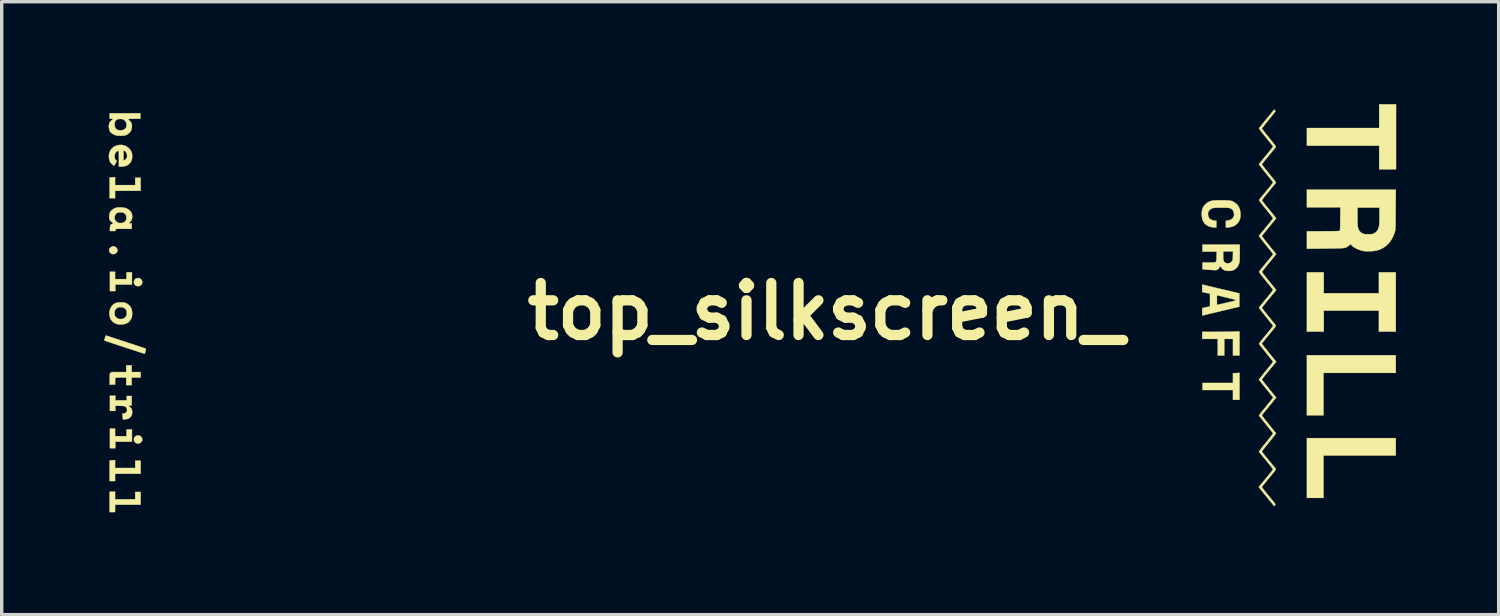
<source format=kicad_pcb>
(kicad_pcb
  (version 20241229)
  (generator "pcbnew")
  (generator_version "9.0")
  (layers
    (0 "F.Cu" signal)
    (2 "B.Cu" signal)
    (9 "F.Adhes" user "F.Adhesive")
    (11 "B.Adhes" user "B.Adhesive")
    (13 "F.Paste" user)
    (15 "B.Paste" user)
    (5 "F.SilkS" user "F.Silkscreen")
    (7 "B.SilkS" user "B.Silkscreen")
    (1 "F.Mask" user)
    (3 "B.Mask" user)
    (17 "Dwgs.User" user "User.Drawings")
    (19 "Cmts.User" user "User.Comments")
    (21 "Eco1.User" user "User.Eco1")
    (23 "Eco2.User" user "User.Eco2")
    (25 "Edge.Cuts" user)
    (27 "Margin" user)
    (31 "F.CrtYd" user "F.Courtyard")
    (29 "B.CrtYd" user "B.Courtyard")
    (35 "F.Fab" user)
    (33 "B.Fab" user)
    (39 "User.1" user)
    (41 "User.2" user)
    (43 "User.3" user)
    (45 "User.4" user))
  (footprint "top_silkscreen_"
    (layer "F.Cu")
    (at 21.128 6.069)
    (property "Reference" "top_silkscreen_" (at 0 0 0) (layer "F.SilkS") (effects (font (size 1.524 1.524) (thickness 0.3))))
    (attr through_hole)
    (fp_poly (pts (xy 16.687 1.798) (xy 14.57 1.798) (xy 14.57 3.04) (xy 14.085 3.04) (xy 14.085 1.281) (xy 16.687 1.281) (xy 16.687 1.798)) (stroke (width 0.01) (type solid)) (fill yes) (layer "F.SilkS"))
    (fp_poly (pts (xy 16.687 4.217) (xy 14.57 4.217) (xy 14.57 5.459) (xy 14.085 5.459) (xy 14.085 3.708) (xy 16.687 3.708) (xy 16.687 4.217)) (stroke (width 0.01) (type solid)) (fill yes) (layer "F.SilkS"))
    (fp_poly (pts (xy 16.695 -4.162) (xy 16.201 -4.162) (xy 16.201 -4.854) (xy 14.085 -4.854) (xy 14.085 -5.371) (xy 16.201 -5.371) (xy 16.201 -6.064) (xy 16.695 -6.064) (xy 16.695 -4.162)) (stroke (width 0.01) (type solid)) (fill yes) (layer "F.SilkS"))
    (fp_poly (pts (xy -20.809 -0.947) (xy -20.474 -0.947) (xy -20.474 -1.146) (xy -20.315 -1.146) (xy -20.315 -0.788) (xy -20.801 -0.788) (xy -20.801 -0.597) (xy -20.96 -0.597) (xy -20.96 -1.162) (xy -20.809 -1.162) (xy -20.809 -0.947)) (stroke (width 0.01) (type solid)) (fill yes) (layer "F.SilkS"))
    (fp_poly (pts (xy -20.809 3.652) (xy -20.474 3.652) (xy -20.474 3.454) (xy -20.315 3.454) (xy -20.315 3.812) (xy -20.801 3.812) (xy -20.801 4.003) (xy -20.96 4.003) (xy -20.96 3.43) (xy -20.809 3.43) (xy -20.809 3.652)) (stroke (width 0.01) (type solid)) (fill yes) (layer "F.SilkS"))
    (fp_poly (pts (xy -20.809 5.499) (xy -20.22 5.499) (xy -20.22 5.284) (xy -20.061 5.284) (xy -20.061 5.658) (xy -20.809 5.658) (xy -20.809 5.873) (xy -20.968 5.873) (xy -20.968 5.276) (xy -20.809 5.276) (xy -20.809 5.499)) (stroke (width 0.01) (type solid)) (fill yes) (layer "F.SilkS"))
    (fp_poly (pts (xy 12.111 2.586) (xy 11.92 2.586) (xy 11.92 2.3) (xy 11.029 2.3) (xy 11.029 2.093) (xy 11.92 2.093) (xy 11.92 1.806) (xy 11.962 1.806) (xy 11.993 1.805) (xy 12.031 1.803) (xy 12.057 1.801) (xy 12.111 1.796) (xy 12.111 2.586)) (stroke (width 0.01) (type solid)) (fill yes) (layer "F.SilkS"))
    (fp_poly (pts (xy 14.578 -0.533) (xy 16.193 -0.533) (xy 16.193 -1.146) (xy 16.687 -1.146) (xy 16.687 0.589) (xy 16.193 0.589) (xy 16.193 -0.024) (xy 14.578 -0.024) (xy 14.578 0.589) (xy 14.085 0.589) (xy 14.085 -1.146) (xy 14.578 -1.146) (xy 14.578 -0.533)) (stroke (width 0.01) (type solid)) (fill yes) (layer "F.SilkS"))
    (fp_poly (pts (xy -20.809 -3.7) (xy -20.22 -3.7) (xy -20.22 -3.915) (xy -20.061 -3.915) (xy -20.061 -3.533) (xy -20.809 -3.533) (xy -20.809 -3.318) (xy -20.968 -3.318) (xy -20.968 -3.921) (xy -20.914 -3.926) (xy -20.882 -3.928) (xy -20.852 -3.93) (xy -20.834 -3.931) (xy -20.809 -3.931) (xy -20.809 -3.7)) (stroke (width 0.01) (type solid)) (fill yes) (layer "F.SilkS"))
    (fp_poly (pts (xy -20.809 4.583) (xy -20.22 4.583) (xy -20.22 4.369) (xy -20.061 4.369) (xy -20.061 4.751) (xy -20.809 4.751) (xy -20.809 4.965) (xy -20.968 4.965) (xy -20.968 4.361) (xy -20.942 4.361) (xy -20.92 4.36) (xy -20.89 4.358) (xy -20.862 4.355) (xy -20.809 4.35) (xy -20.809 4.583)) (stroke (width 0.01) (type solid)) (fill yes) (layer "F.SilkS"))
    (fp_poly (pts (xy 12.111 1.289) (xy 11.92 1.289) (xy 11.92 0.804) (xy 11.666 0.804) (xy 11.666 1.289) (xy 11.475 1.289) (xy 11.475 0.804) (xy 11.021 0.804) (xy 11.021 0.597) (xy 11.266 0.597) (xy 11.336 0.597) (xy 11.418 0.596) (xy 11.507 0.595) (xy 11.599 0.595) (xy 11.69 0.593) (xy 11.776 0.592) (xy 11.811 0.592) (xy 12.111 0.586) (xy 12.111 1.289)) (stroke (width 0.01) (type solid)) (fill yes) (layer "F.SilkS"))
    (fp_poly (pts (xy -20.323 1.774) (xy -20.061 1.774) (xy -20.061 1.934) (xy -20.323 1.934) (xy -20.323 2.156) (xy -20.482 2.156) (xy -20.482 1.933) (xy -20.643 1.935) (xy -20.805 1.938) (xy -20.807 2.039) (xy -20.809 2.141) (xy -20.969 2.141) (xy -20.966 1.981) (xy -20.964 1.821) (xy -20.938 1.798) (xy -20.912 1.774) (xy -20.482 1.774) (xy -20.482 1.576) (xy -20.323 1.576) (xy -20.323 1.774)) (stroke (width 0.01) (type solid)) (fill yes) (layer "F.SilkS"))
    (fp_poly (pts (xy -20.834 -1.906) (xy -20.797 -1.889) (xy -20.764 -1.857) (xy -20.763 -1.855) (xy -20.742 -1.819) (xy -20.737 -1.783) (xy -20.748 -1.747) (xy -20.753 -1.738) (xy -20.781 -1.707) (xy -20.816 -1.687) (xy -20.856 -1.678) (xy -20.896 -1.682) (xy -20.925 -1.694) (xy -20.956 -1.722) (xy -20.976 -1.758) (xy -20.984 -1.798) (xy -20.982 -1.82) (xy -20.975 -1.837) (xy -20.96 -1.855) (xy -20.95 -1.866) (xy -20.912 -1.895) (xy -20.873 -1.908) (xy -20.834 -1.906)) (stroke (width 0.01) (type solid)) (fill yes) (layer "F.SilkS"))
    (fp_poly (pts (xy -20.097 -0.974) (xy -20.065 -0.957) (xy -20.035 -0.926) (xy -20.033 -0.923) (xy -20.016 -0.888) (xy -20.012 -0.852) (xy -20.021 -0.816) (xy -20.04 -0.784) (xy -20.069 -0.76) (xy -20.105 -0.744) (xy -20.136 -0.74) (xy -20.179 -0.746) (xy -20.202 -0.757) (xy -20.234 -0.785) (xy -20.253 -0.819) (xy -20.26 -0.855) (xy -20.255 -0.891) (xy -20.241 -0.924) (xy -20.216 -0.952) (xy -20.183 -0.971) (xy -20.141 -0.979) (xy -20.136 -0.979) (xy -20.097 -0.974)) (stroke (width 0.01) (type solid)) (fill yes) (layer "F.SilkS"))
    (fp_poly (pts (xy -20.093 3.635) (xy -20.057 3.655) (xy -20.03 3.685) (xy -20.015 3.724) (xy -20.013 3.75) (xy -20.015 3.775) (xy -20.022 3.795) (xy -20.038 3.816) (xy -20.041 3.819) (xy -20.076 3.848) (xy -20.115 3.864) (xy -20.156 3.866) (xy -20.194 3.853) (xy -20.228 3.827) (xy -20.249 3.796) (xy -20.259 3.76) (xy -20.257 3.724) (xy -20.245 3.691) (xy -20.223 3.662) (xy -20.193 3.64) (xy -20.154 3.629) (xy -20.138 3.629) (xy -20.093 3.635)) (stroke (width 0.01) (type solid)) (fill yes) (layer "F.SilkS"))
    (fp_poly (pts (xy -20.801 2.602) (xy -20.466 2.602) (xy -20.466 2.475) (xy -20.323 2.475) (xy -20.323 2.753) (xy -20.367 2.753) (xy -20.396 2.756) (xy -20.41 2.762) (xy -20.41 2.772) (xy -20.394 2.785) (xy -20.389 2.788) (xy -20.351 2.816) (xy -20.325 2.855) (xy -20.31 2.904) (xy -20.307 2.945) (xy -20.311 2.997) (xy -20.322 3.038) (xy -20.344 3.075) (xy -20.363 3.097) (xy -20.388 3.119) (xy -20.414 3.135) (xy -20.445 3.146) (xy -20.486 3.153) (xy -20.519 3.157) (xy -20.576 3.161) (xy -20.58 3.134) (xy -20.584 3.113) (xy -20.587 3.082) (xy -20.59 3.05) (xy -20.596 2.992) (xy -20.573 2.992) (xy -20.541 2.986) (xy -20.51 2.973) (xy -20.484 2.953) (xy -20.471 2.937) (xy -20.46 2.901) (xy -20.46 2.861) (xy -20.471 2.825) (xy -20.477 2.816) (xy -20.492 2.797) (xy -20.512 2.783) (xy -20.538 2.773) (xy -20.573 2.767) (xy -20.619 2.763) (xy -20.678 2.762) (xy -20.683 2.762) (xy -20.801 2.761) (xy -20.801 2.912) (xy -20.96 2.912) (xy -20.96 2.467) (xy -20.801 2.467) (xy -20.801 2.602)) (stroke (width 0.01) (type solid)) (fill yes) (layer "F.SilkS"))
    (fp_poly (pts (xy -21.065 0.707) (xy -21.042 0.714) (xy -21.006 0.726) (xy -20.959 0.741) (xy -20.902 0.76) (xy -20.835 0.782) (xy -20.76 0.807) (xy -20.679 0.834) (xy -20.592 0.862) (xy -20.5 0.892) (xy -20.489 0.896) (xy -20.397 0.926) (xy -20.309 0.955) (xy -20.227 0.982) (xy -20.152 1.007) (xy -20.084 1.029) (xy -20.026 1.049) (xy -19.978 1.065) (xy -19.941 1.078) (xy -19.917 1.086) (xy -19.907 1.09) (xy -19.907 1.09) (xy -19.906 1.099) (xy -19.91 1.119) (xy -19.916 1.146) (xy -19.923 1.176) (xy -19.93 1.203) (xy -19.937 1.225) (xy -19.943 1.237) (xy -19.943 1.238) (xy -19.951 1.236) (xy -19.972 1.229) (xy -20.007 1.218) (xy -20.053 1.203) (xy -20.11 1.185) (xy -20.176 1.163) (xy -20.25 1.139) (xy -20.331 1.113) (xy -20.418 1.084) (xy -20.51 1.054) (xy -20.532 1.047) (xy -20.625 1.016) (xy -20.714 0.987) (xy -20.796 0.96) (xy -20.872 0.934) (xy -20.941 0.912) (xy -21 0.892) (xy -21.049 0.876) (xy -21.086 0.863) (xy -21.111 0.855) (xy -21.122 0.85) (xy -21.123 0.85) (xy -21.123 0.841) (xy -21.119 0.821) (xy -21.111 0.795) (xy -21.102 0.766) (xy -21.092 0.739) (xy -21.083 0.717) (xy -21.076 0.705) (xy -21.074 0.704) (xy -21.065 0.707)) (stroke (width 0.01) (type solid)) (fill yes) (layer "F.SilkS"))
    (fp_poly (pts (xy 11.043 -0.783) (xy 11.054 -0.78) (xy 11.08 -0.774) (xy 11.118 -0.765) (xy 11.168 -0.753) (xy 11.228 -0.738) (xy 11.296 -0.722) (xy 11.373 -0.704) (xy 11.455 -0.684) (xy 11.542 -0.663) (xy 11.586 -0.653) (xy 12.107 -0.529) (xy 12.107 -0.14) (xy 11.586 -0.016) (xy 11.497 0.006) (xy 11.412 0.026) (xy 11.333 0.045) (xy 11.26 0.062) (xy 11.196 0.077) (xy 11.141 0.091) (xy 11.097 0.101) (xy 11.065 0.109) (xy 11.047 0.113) (xy 11.043 0.114) (xy 11.021 0.12) (xy 11.021 -0.1) (xy 11.248 -0.148) (xy 11.248 -0.191) (xy 11.451 -0.191) (xy 11.473 -0.196) (xy 11.486 -0.199) (xy 11.512 -0.206) (xy 11.55 -0.214) (xy 11.597 -0.225) (xy 11.652 -0.238) (xy 11.711 -0.251) (xy 11.745 -0.259) (xy 11.818 -0.276) (xy 11.876 -0.289) (xy 11.922 -0.301) (xy 11.955 -0.31) (xy 11.978 -0.317) (xy 11.992 -0.323) (xy 11.998 -0.328) (xy 11.998 -0.329) (xy 11.994 -0.339) (xy 11.976 -0.348) (xy 11.97 -0.349) (xy 11.955 -0.353) (xy 11.927 -0.36) (xy 11.888 -0.37) (xy 11.841 -0.382) (xy 11.789 -0.394) (xy 11.734 -0.408) (xy 11.678 -0.421) (xy 11.625 -0.434) (xy 11.576 -0.446) (xy 11.535 -0.456) (xy 11.503 -0.464) (xy 11.496 -0.465) (xy 11.451 -0.476) (xy 11.451 -0.191) (xy 11.248 -0.191) (xy 11.248 -0.521) (xy 11.134 -0.545) (xy 11.021 -0.568) (xy 11.021 -0.788) (xy 11.043 -0.783)) (stroke (width 0.01) (type solid)) (fill yes) (layer "F.SilkS"))
    (fp_poly (pts (xy -20.613 -4.876) (xy -20.545 -4.863) (xy -20.481 -4.836) (xy -20.423 -4.796) (xy -20.374 -4.747) (xy -20.337 -4.688) (xy -20.337 -4.687) (xy -20.324 -4.658) (xy -20.316 -4.631) (xy -20.311 -4.6) (xy -20.309 -4.563) (xy -20.309 -4.501) (xy -20.318 -4.45) (xy -20.335 -4.403) (xy -20.362 -4.359) (xy -20.404 -4.313) (xy -20.456 -4.278) (xy -20.517 -4.255) (xy -20.589 -4.243) (xy -20.636 -4.241) (xy -20.697 -4.241) (xy -20.697 -4.417) (xy -20.562 -4.417) (xy -20.539 -4.425) (xy -20.521 -4.436) (xy -20.5 -4.455) (xy -20.487 -4.47) (xy -20.471 -4.492) (xy -20.462 -4.511) (xy -20.459 -4.533) (xy -20.458 -4.557) (xy -20.465 -4.611) (xy -20.484 -4.656) (xy -20.514 -4.691) (xy -20.54 -4.708) (xy -20.562 -4.719) (xy -20.562 -4.417) (xy -20.697 -4.417) (xy -20.697 -4.476) (xy -20.697 -4.535) (xy -20.698 -4.589) (xy -20.698 -4.635) (xy -20.699 -4.672) (xy -20.699 -4.698) (xy -20.7 -4.71) (xy -20.7 -4.711) (xy -20.716 -4.706) (xy -20.738 -4.695) (xy -20.761 -4.68) (xy -20.778 -4.666) (xy -20.805 -4.629) (xy -20.82 -4.589) (xy -20.824 -4.544) (xy -20.82 -4.494) (xy -20.806 -4.455) (xy -20.784 -4.43) (xy -20.781 -4.428) (xy -20.767 -4.416) (xy -20.761 -4.405) (xy -20.765 -4.395) (xy -20.775 -4.374) (xy -20.79 -4.347) (xy -20.799 -4.331) (xy -20.837 -4.265) (xy -20.857 -4.278) (xy -20.873 -4.291) (xy -20.895 -4.31) (xy -20.914 -4.328) (xy -20.935 -4.35) (xy -20.95 -4.371) (xy -20.962 -4.397) (xy -20.973 -4.43) (xy -20.989 -4.504) (xy -20.99 -4.576) (xy -20.977 -4.643) (xy -20.952 -4.704) (xy -20.916 -4.758) (xy -20.868 -4.803) (xy -20.812 -4.839) (xy -20.747 -4.864) (xy -20.675 -4.876) (xy -20.613 -4.876)) (stroke (width 0.01) (type solid)) (fill yes) (layer "F.SilkS"))
    (fp_poly (pts (xy -20.588 -0.265) (xy -20.541 -0.26) (xy -20.503 -0.25) (xy -20.468 -0.234) (xy -20.432 -0.211) (xy -20.426 -0.206) (xy -20.378 -0.163) (xy -20.344 -0.113) (xy -20.321 -0.055) (xy -20.31 0.012) (xy -20.309 0.082) (xy -20.312 0.121) (xy -20.316 0.15) (xy -20.322 0.174) (xy -20.333 0.199) (xy -20.339 0.21) (xy -20.368 0.262) (xy -20.4 0.301) (xy -20.438 0.331) (xy -20.484 0.354) (xy -20.53 0.369) (xy -20.568 0.377) (xy -20.615 0.381) (xy -20.666 0.381) (xy -20.713 0.377) (xy -20.745 0.371) (xy -20.802 0.351) (xy -20.851 0.321) (xy -20.879 0.298) (xy -20.922 0.249) (xy -20.953 0.191) (xy -20.97 0.124) (xy -20.975 0.048) (xy -20.824 0.048) (xy -20.824 0.081) (xy -20.82 0.105) (xy -20.813 0.124) (xy -20.802 0.144) (xy -20.77 0.18) (xy -20.729 0.206) (xy -20.682 0.221) (xy -20.632 0.223) (xy -20.582 0.214) (xy -20.548 0.199) (xy -20.51 0.171) (xy -20.484 0.137) (xy -20.47 0.096) (xy -20.466 0.049) (xy -20.47 -0.003) (xy -20.483 -0.043) (xy -20.506 -0.074) (xy -20.542 -0.101) (xy -20.56 -0.11) (xy -20.587 -0.121) (xy -20.619 -0.126) (xy -20.651 -0.127) (xy -20.684 -0.127) (xy -20.706 -0.123) (xy -20.726 -0.115) (xy -20.749 -0.101) (xy -20.785 -0.073) (xy -20.808 -0.041) (xy -20.821 -0.001) (xy -20.824 0.048) (xy -20.975 0.048) (xy -20.975 0.048) (xy -20.974 0.022) (xy -20.969 -0.017) (xy -20.962 -0.049) (xy -20.949 -0.083) (xy -20.94 -0.101) (xy -20.91 -0.153) (xy -20.878 -0.192) (xy -20.839 -0.222) (xy -20.796 -0.243) (xy -20.771 -0.253) (xy -20.749 -0.26) (xy -20.725 -0.264) (xy -20.697 -0.265) (xy -20.657 -0.266) (xy -20.645 -0.266) (xy -20.588 -0.265)) (stroke (width 0.01) (type solid)) (fill yes) (layer "F.SilkS"))
    (fp_poly (pts (xy -20.069 -5.642) (xy -20.244 -5.642) (xy -20.305 -5.642) (xy -20.352 -5.641) (xy -20.385 -5.639) (xy -20.406 -5.636) (xy -20.416 -5.63) (xy -20.416 -5.621) (xy -20.408 -5.609) (xy -20.392 -5.592) (xy -20.376 -5.576) (xy -20.348 -5.546) (xy -20.33 -5.516) (xy -20.319 -5.482) (xy -20.316 -5.44) (xy -20.317 -5.397) (xy -20.328 -5.333) (xy -20.351 -5.278) (xy -20.386 -5.232) (xy -20.436 -5.193) (xy -20.475 -5.173) (xy -20.502 -5.161) (xy -20.526 -5.153) (xy -20.552 -5.148) (xy -20.584 -5.146) (xy -20.615 -5.144) (xy -20.661 -5.144) (xy -20.706 -5.146) (xy -20.745 -5.149) (xy -20.757 -5.151) (xy -20.802 -5.163) (xy -20.848 -5.183) (xy -20.892 -5.208) (xy -20.929 -5.235) (xy -20.948 -5.256) (xy -20.97 -5.295) (xy -20.984 -5.346) (xy -20.991 -5.406) (xy -20.992 -5.425) (xy -20.986 -5.481) (xy -20.985 -5.482) (xy -20.824 -5.482) (xy -20.823 -5.456) (xy -20.813 -5.403) (xy -20.792 -5.361) (xy -20.76 -5.329) (xy -20.717 -5.309) (xy -20.666 -5.301) (xy -20.607 -5.306) (xy -20.593 -5.308) (xy -20.552 -5.324) (xy -20.516 -5.349) (xy -20.49 -5.382) (xy -20.485 -5.393) (xy -20.477 -5.425) (xy -20.475 -5.465) (xy -20.478 -5.505) (xy -20.487 -5.537) (xy -20.508 -5.572) (xy -20.537 -5.603) (xy -20.569 -5.624) (xy -20.577 -5.627) (xy -20.609 -5.634) (xy -20.649 -5.636) (xy -20.69 -5.635) (xy -20.726 -5.63) (xy -20.738 -5.627) (xy -20.773 -5.607) (xy -20.799 -5.575) (xy -20.817 -5.533) (xy -20.824 -5.482) (xy -20.985 -5.482) (xy -20.97 -5.529) (xy -20.944 -5.567) (xy -20.913 -5.592) (xy -20.889 -5.609) (xy -20.88 -5.625) (xy -20.88 -5.626) (xy -20.882 -5.635) (xy -20.891 -5.64) (xy -20.909 -5.642) (xy -20.924 -5.642) (xy -20.968 -5.642) (xy -20.968 -5.801) (xy -20.069 -5.801) (xy -20.069 -5.642)) (stroke (width 0.01) (type solid)) (fill yes) (layer "F.SilkS"))
    (fp_poly (pts (xy 12.119 -1.716) (xy 12.119 -1.642) (xy 12.118 -1.581) (xy 12.117 -1.533) (xy 12.116 -1.495) (xy 12.113 -1.466) (xy 12.11 -1.444) (xy 12.107 -1.43) (xy 12.083 -1.36) (xy 12.05 -1.302) (xy 12.007 -1.256) (xy 11.955 -1.221) (xy 11.945 -1.216) (xy 11.919 -1.204) (xy 11.897 -1.196) (xy 11.873 -1.192) (xy 11.842 -1.189) (xy 11.809 -1.188) (xy 11.766 -1.187) (xy 11.735 -1.189) (xy 11.711 -1.193) (xy 11.69 -1.2) (xy 11.688 -1.2) (xy 11.644 -1.222) (xy 11.611 -1.247) (xy 11.583 -1.281) (xy 11.578 -1.289) (xy 11.56 -1.314) (xy 11.545 -1.327) (xy 11.534 -1.327) (xy 11.53 -1.313) (xy 11.53 -1.311) (xy 11.523 -1.282) (xy 11.503 -1.254) (xy 11.473 -1.231) (xy 11.462 -1.225) (xy 11.449 -1.219) (xy 11.437 -1.214) (xy 11.424 -1.212) (xy 11.406 -1.21) (xy 11.383 -1.21) (xy 11.35 -1.212) (xy 11.305 -1.214) (xy 11.268 -1.216) (xy 11.217 -1.22) (xy 11.168 -1.223) (xy 11.125 -1.226) (xy 11.092 -1.229) (xy 11.071 -1.231) (xy 11.029 -1.235) (xy 11.029 -1.432) (xy 11.199 -1.432) (xy 11.252 -1.433) (xy 11.3 -1.434) (xy 11.341 -1.435) (xy 11.372 -1.437) (xy 11.39 -1.44) (xy 11.392 -1.44) (xy 11.408 -1.447) (xy 11.42 -1.456) (xy 11.428 -1.47) (xy 11.434 -1.491) (xy 11.438 -1.521) (xy 11.44 -1.563) (xy 11.441 -1.617) (xy 11.444 -1.751) (xy 11.029 -1.751) (xy 11.029 -1.759) (xy 11.634 -1.759) (xy 11.634 -1.639) (xy 11.634 -1.582) (xy 11.637 -1.539) (xy 11.642 -1.506) (xy 11.649 -1.481) (xy 11.66 -1.46) (xy 11.672 -1.445) (xy 11.701 -1.424) (xy 11.739 -1.411) (xy 11.782 -1.41) (xy 11.824 -1.419) (xy 11.838 -1.425) (xy 11.871 -1.448) (xy 11.894 -1.479) (xy 11.903 -1.494) (xy 11.909 -1.508) (xy 11.913 -1.524) (xy 11.916 -1.546) (xy 11.917 -1.576) (xy 11.918 -1.618) (xy 11.919 -1.637) (xy 11.922 -1.759) (xy 11.634 -1.759) (xy 11.029 -1.759) (xy 11.029 -1.958) (xy 12.119 -1.958) (xy 12.119 -1.716)) (stroke (width 0.01) (type solid)) (fill yes) (layer "F.SilkS"))
    (fp_poly (pts (xy -20.612 -3.046) (xy -20.538 -3.037) (xy -20.476 -3.018) (xy -20.445 -3.003) (xy -20.391 -2.965) (xy -20.352 -2.927) (xy -20.326 -2.883) (xy -20.311 -2.834) (xy -20.307 -2.782) (xy -20.31 -2.735) (xy -20.317 -2.699) (xy -20.322 -2.685) (xy -20.335 -2.663) (xy -20.352 -2.64) (xy -20.371 -2.619) (xy -20.387 -2.606) (xy -20.395 -2.602) (xy -20.402 -2.596) (xy -20.403 -2.59) (xy -20.398 -2.583) (xy -20.384 -2.579) (xy -20.363 -2.578) (xy -20.323 -2.578) (xy -20.323 -2.419) (xy -20.552 -2.419) (xy -20.622 -2.419) (xy -20.677 -2.419) (xy -20.719 -2.418) (xy -20.751 -2.416) (xy -20.773 -2.413) (xy -20.787 -2.409) (xy -20.795 -2.403) (xy -20.799 -2.395) (xy -20.801 -2.385) (xy -20.801 -2.378) (xy -20.801 -2.355) (xy -20.96 -2.355) (xy -20.96 -2.423) (xy -20.958 -2.464) (xy -20.954 -2.498) (xy -20.948 -2.518) (xy -20.932 -2.542) (xy -20.908 -2.56) (xy -20.882 -2.57) (xy -20.877 -2.57) (xy -20.865 -2.574) (xy -20.866 -2.584) (xy -20.879 -2.598) (xy -20.903 -2.616) (xy -20.904 -2.617) (xy -20.932 -2.637) (xy -20.951 -2.659) (xy -20.965 -2.687) (xy -20.976 -2.712) (xy -20.98 -2.726) (xy -20.823 -2.726) (xy -20.809 -2.678) (xy -20.807 -2.674) (xy -20.778 -2.635) (xy -20.74 -2.608) (xy -20.694 -2.591) (xy -20.642 -2.587) (xy -20.59 -2.595) (xy -20.542 -2.614) (xy -20.507 -2.643) (xy -20.485 -2.682) (xy -20.475 -2.731) (xy -20.474 -2.748) (xy -20.481 -2.797) (xy -20.499 -2.838) (xy -20.531 -2.87) (xy -20.554 -2.883) (xy -20.578 -2.895) (xy -20.598 -2.901) (xy -20.621 -2.903) (xy -20.652 -2.903) (xy -20.662 -2.903) (xy -20.711 -2.897) (xy -20.749 -2.885) (xy -20.777 -2.865) (xy -20.799 -2.835) (xy -20.805 -2.824) (xy -20.822 -2.775) (xy -20.823 -2.726) (xy -20.98 -2.726) (xy -20.982 -2.734) (xy -20.983 -2.759) (xy -20.981 -2.792) (xy -20.978 -2.826) (xy -20.972 -2.858) (xy -20.967 -2.882) (xy -20.966 -2.882) (xy -20.942 -2.928) (xy -20.903 -2.969) (xy -20.851 -3.005) (xy -20.835 -3.013) (xy -20.804 -3.028) (xy -20.779 -3.037) (xy -20.754 -3.042) (xy -20.721 -3.045) (xy -20.699 -3.046) (xy -20.612 -3.046)) (stroke (width 0.01) (type solid)) (fill yes) (layer "F.SilkS"))
    (fp_poly (pts (xy 11.652 -3.254) (xy 11.717 -3.253) (xy 11.77 -3.25) (xy 11.813 -3.247) (xy 11.848 -3.242) (xy 11.878 -3.235) (xy 11.904 -3.226) (xy 11.929 -3.215) (xy 11.929 -3.214) (xy 11.996 -3.173) (xy 12.049 -3.124) (xy 12.09 -3.065) (xy 12.119 -2.997) (xy 12.136 -2.919) (xy 12.141 -2.869) (xy 12.141 -2.802) (xy 12.135 -2.745) (xy 12.121 -2.694) (xy 12.103 -2.651) (xy 12.074 -2.606) (xy 12.034 -2.563) (xy 11.99 -2.525) (xy 11.955 -2.504) (xy 11.917 -2.489) (xy 11.869 -2.475) (xy 11.818 -2.465) (xy 11.771 -2.459) (xy 11.753 -2.459) (xy 11.713 -2.459) (xy 11.713 -2.656) (xy 11.762 -2.661) (xy 11.818 -2.672) (xy 11.864 -2.693) (xy 11.904 -2.725) (xy 11.91 -2.731) (xy 11.933 -2.761) (xy 11.946 -2.792) (xy 11.952 -2.827) (xy 11.95 -2.873) (xy 11.939 -2.924) (xy 11.915 -2.966) (xy 11.879 -3) (xy 11.861 -3.012) (xy 11.841 -3.021) (xy 11.818 -3.028) (xy 11.79 -3.033) (xy 11.754 -3.036) (xy 11.709 -3.038) (xy 11.652 -3.039) (xy 11.582 -3.039) (xy 11.552 -3.038) (xy 11.489 -3.038) (xy 11.44 -3.037) (xy 11.402 -3.036) (xy 11.373 -3.034) (xy 11.352 -3.032) (xy 11.336 -3.029) (xy 11.322 -3.025) (xy 11.309 -3.02) (xy 11.299 -3.015) (xy 11.255 -2.988) (xy 11.221 -2.953) (xy 11.198 -2.914) (xy 11.19 -2.881) (xy 11.19 -2.837) (xy 11.198 -2.792) (xy 11.212 -2.753) (xy 11.224 -2.732) (xy 11.253 -2.706) (xy 11.293 -2.683) (xy 11.341 -2.667) (xy 11.381 -2.66) (xy 11.435 -2.655) (xy 11.435 -2.459) (xy 11.385 -2.459) (xy 11.348 -2.462) (xy 11.307 -2.467) (xy 11.285 -2.471) (xy 11.21 -2.494) (xy 11.147 -2.528) (xy 11.095 -2.572) (xy 11.055 -2.627) (xy 11.027 -2.693) (xy 11.01 -2.77) (xy 11.005 -2.852) (xy 11.009 -2.929) (xy 11.022 -2.994) (xy 11.045 -3.051) (xy 11.079 -3.101) (xy 11.109 -3.135) (xy 11.159 -3.178) (xy 11.213 -3.21) (xy 11.275 -3.233) (xy 11.296 -3.239) (xy 11.317 -3.244) (xy 11.338 -3.247) (xy 11.361 -3.25) (xy 11.39 -3.252) (xy 11.426 -3.253) (xy 11.471 -3.254) (xy 11.529 -3.254) (xy 11.573 -3.254) (xy 11.652 -3.254)) (stroke (width 0.01) (type solid)) (fill yes) (layer "F.SilkS"))
    (fp_poly (pts (xy 16.684 -2.99) (xy 16.684 -2.878) (xy 16.683 -2.781) (xy 16.682 -2.697) (xy 16.682 -2.626) (xy 16.681 -2.567) (xy 16.68 -2.517) (xy 16.679 -2.476) (xy 16.677 -2.444) (xy 16.676 -2.418) (xy 16.674 -2.397) (xy 16.672 -2.381) (xy 16.67 -2.368) (xy 16.669 -2.363) (xy 16.635 -2.255) (xy 16.59 -2.155) (xy 16.535 -2.065) (xy 16.47 -1.984) (xy 16.397 -1.916) (xy 16.317 -1.86) (xy 16.229 -1.817) (xy 16.209 -1.81) (xy 16.169 -1.797) (xy 16.125 -1.785) (xy 16.09 -1.777) (xy 16.051 -1.772) (xy 16.001 -1.767) (xy 15.946 -1.764) (xy 15.89 -1.762) (xy 15.838 -1.762) (xy 15.793 -1.764) (xy 15.767 -1.766) (xy 15.693 -1.781) (xy 15.619 -1.803) (xy 15.55 -1.832) (xy 15.487 -1.865) (xy 15.434 -1.901) (xy 15.393 -1.94) (xy 15.383 -1.951) (xy 15.373 -1.962) (xy 15.361 -1.964) (xy 15.346 -1.955) (xy 15.324 -1.936) (xy 15.322 -1.934) (xy 15.296 -1.913) (xy 15.267 -1.893) (xy 15.254 -1.886) (xy 15.239 -1.879) (xy 15.224 -1.872) (xy 15.207 -1.867) (xy 15.188 -1.862) (xy 15.164 -1.859) (xy 15.135 -1.855) (xy 15.1 -1.852) (xy 15.057 -1.85) (xy 15.005 -1.848) (xy 14.943 -1.847) (xy 14.869 -1.845) (xy 14.783 -1.844) (xy 14.683 -1.843) (xy 14.6 -1.842) (xy 14.085 -1.836) (xy 14.085 -2.347) (xy 14.562 -2.349) (xy 14.665 -2.35) (xy 14.753 -2.35) (xy 14.828 -2.351) (xy 14.889 -2.352) (xy 14.939 -2.353) (xy 14.978 -2.354) (xy 15.008 -2.356) (xy 15.029 -2.357) (xy 15.042 -2.359) (xy 15.048 -2.361) (xy 15.049 -2.362) (xy 15.052 -2.368) (xy 15.054 -2.381) (xy 15.056 -2.402) (xy 15.057 -2.432) (xy 15.059 -2.473) (xy 15.06 -2.526) (xy 15.061 -2.592) (xy 15.062 -2.672) (xy 15.062 -2.71) (xy 15.064 -3.04) (xy 15.565 -3.04) (xy 15.565 -2.787) (xy 15.565 -2.705) (xy 15.566 -2.636) (xy 15.568 -2.58) (xy 15.57 -2.534) (xy 15.574 -2.496) (xy 15.58 -2.464) (xy 15.587 -2.436) (xy 15.596 -2.41) (xy 15.607 -2.385) (xy 15.609 -2.381) (xy 15.64 -2.336) (xy 15.683 -2.301) (xy 15.739 -2.275) (xy 15.742 -2.274) (xy 15.764 -2.268) (xy 15.789 -2.264) (xy 15.82 -2.262) (xy 15.862 -2.262) (xy 15.895 -2.262) (xy 15.939 -2.263) (xy 15.971 -2.264) (xy 15.995 -2.267) (xy 16.013 -2.271) (xy 16.029 -2.277) (xy 16.048 -2.286) (xy 16.056 -2.291) (xy 16.097 -2.316) (xy 16.128 -2.345) (xy 16.153 -2.381) (xy 16.166 -2.405) (xy 16.178 -2.429) (xy 16.187 -2.453) (xy 16.194 -2.48) (xy 16.199 -2.511) (xy 16.203 -2.548) (xy 16.206 -2.593) (xy 16.208 -2.649) (xy 16.209 -2.716) (xy 16.209 -2.795) (xy 16.209 -3.04) (xy 15.565 -3.04) (xy 15.064 -3.04) (xy 15.064 -3.048) (xy 14.085 -3.048) (xy 14.085 -3.565) (xy 16.687 -3.565) (xy 16.684 -2.99)) (stroke (width 0.01) (type solid)) (fill yes) (layer "F.SilkS"))
    (fp_poly (pts (xy 13.149 -5.887) (xy 13.16 -5.868) (xy 13.163 -5.855) (xy 13.162 -5.853) (xy 13.156 -5.845) (xy 13.141 -5.826) (xy 13.118 -5.798) (xy 13.088 -5.762) (xy 13.053 -5.718) (xy 13.013 -5.669) (xy 12.97 -5.617) (xy 12.959 -5.603) (xy 12.916 -5.55) (xy 12.876 -5.5) (xy 12.841 -5.455) (xy 12.811 -5.417) (xy 12.788 -5.386) (xy 12.773 -5.364) (xy 12.766 -5.353) (xy 12.766 -5.353) (xy 12.772 -5.344) (xy 12.786 -5.325) (xy 12.809 -5.297) (xy 12.838 -5.26) (xy 12.873 -5.216) (xy 12.913 -5.166) (xy 12.957 -5.112) (xy 12.978 -5.086) (xy 13.029 -5.022) (xy 13.072 -4.97) (xy 13.105 -4.927) (xy 13.132 -4.893) (xy 13.151 -4.867) (xy 13.164 -4.848) (xy 13.173 -4.834) (xy 13.177 -4.825) (xy 13.177 -4.818) (xy 13.176 -4.815) (xy 13.168 -4.806) (xy 13.152 -4.786) (xy 13.128 -4.757) (xy 13.098 -4.719) (xy 13.061 -4.675) (xy 13.021 -4.626) (xy 12.977 -4.573) (xy 12.963 -4.556) (xy 12.913 -4.495) (xy 12.871 -4.444) (xy 12.838 -4.403) (xy 12.813 -4.371) (xy 12.794 -4.347) (xy 12.782 -4.329) (xy 12.774 -4.316) (xy 12.77 -4.306) (xy 12.769 -4.3) (xy 12.771 -4.295) (xy 12.772 -4.294) (xy 12.779 -4.284) (xy 12.795 -4.264) (xy 12.819 -4.234) (xy 12.849 -4.195) (xy 12.885 -4.15) (xy 12.926 -4.1) (xy 12.969 -4.046) (xy 12.984 -4.028) (xy 13.035 -3.965) (xy 13.076 -3.914) (xy 13.109 -3.872) (xy 13.135 -3.84) (xy 13.153 -3.815) (xy 13.166 -3.796) (xy 13.174 -3.783) (xy 13.177 -3.774) (xy 13.177 -3.768) (xy 13.175 -3.765) (xy 13.168 -3.756) (xy 13.152 -3.736) (xy 13.128 -3.707) (xy 13.097 -3.67) (xy 13.06 -3.625) (xy 13.02 -3.576) (xy 12.976 -3.523) (xy 12.963 -3.506) (xy 12.912 -3.444) (xy 12.871 -3.394) (xy 12.838 -3.353) (xy 12.812 -3.32) (xy 12.794 -3.296) (xy 12.781 -3.277) (xy 12.773 -3.264) (xy 12.77 -3.255) (xy 12.769 -3.249) (xy 12.771 -3.245) (xy 12.778 -3.235) (xy 12.794 -3.215) (xy 12.818 -3.185) (xy 12.848 -3.147) (xy 12.884 -3.102) (xy 12.924 -3.052) (xy 12.968 -2.998) (xy 12.984 -2.979) (xy 13.186 -2.729) (xy 13.172 -2.711) (xy 13.164 -2.701) (xy 13.147 -2.68) (xy 13.122 -2.65) (xy 13.091 -2.611) (xy 13.054 -2.567) (xy 13.013 -2.517) (xy 12.97 -2.464) (xy 12.963 -2.456) (xy 12.919 -2.403) (xy 12.879 -2.353) (xy 12.843 -2.309) (xy 12.813 -2.271) (xy 12.789 -2.241) (xy 12.773 -2.22) (xy 12.766 -2.21) (xy 12.766 -2.209) (xy 12.77 -2.201) (xy 12.783 -2.183) (xy 12.805 -2.154) (xy 12.833 -2.117) (xy 12.868 -2.073) (xy 12.907 -2.023) (xy 12.951 -1.969) (xy 12.975 -1.939) (xy 13.186 -1.679) (xy 13.172 -1.661) (xy 13.164 -1.65) (xy 13.147 -1.63) (xy 13.122 -1.599) (xy 13.091 -1.561) (xy 13.054 -1.516) (xy 13.013 -1.467) (xy 12.969 -1.414) (xy 12.963 -1.406) (xy 12.919 -1.353) (xy 12.879 -1.303) (xy 12.844 -1.259) (xy 12.813 -1.22) (xy 12.79 -1.19) (xy 12.775 -1.169) (xy 12.768 -1.158) (xy 12.768 -1.158) (xy 12.772 -1.149) (xy 12.786 -1.13) (xy 12.808 -1.101) (xy 12.837 -1.063) (xy 12.872 -1.019) (xy 12.911 -0.969) (xy 12.955 -0.915) (xy 12.977 -0.887) (xy 13.187 -0.628) (xy 13.149 -0.582) (xy 13.074 -0.491) (xy 13.008 -0.41) (xy 12.951 -0.341) (xy 12.903 -0.282) (xy 12.863 -0.233) (xy 12.831 -0.193) (xy 12.806 -0.161) (xy 12.787 -0.137) (xy 12.775 -0.121) (xy 12.769 -0.111) (xy 12.768 -0.107) (xy 12.772 -0.099) (xy 12.786 -0.08) (xy 12.808 -0.051) (xy 12.837 -0.013) (xy 12.872 0.031) (xy 12.911 0.081) (xy 12.954 0.134) (xy 12.975 0.16) (xy 13.019 0.215) (xy 13.06 0.266) (xy 13.097 0.312) (xy 13.129 0.352) (xy 13.154 0.384) (xy 13.171 0.407) (xy 13.18 0.42) (xy 13.181 0.422) (xy 13.177 0.429) (xy 13.163 0.447) (xy 13.141 0.475) (xy 13.112 0.511) (xy 13.077 0.554) (xy 13.037 0.603) (xy 12.994 0.656) (xy 12.975 0.68) (xy 12.93 0.734) (xy 12.888 0.785) (xy 12.851 0.831) (xy 12.819 0.871) (xy 12.793 0.902) (xy 12.775 0.925) (xy 12.766 0.938) (xy 12.765 0.939) (xy 12.769 0.948) (xy 12.782 0.966) (xy 12.802 0.993) (xy 12.827 1.027) (xy 12.858 1.065) (xy 12.87 1.08) (xy 12.911 1.131) (xy 12.958 1.189) (xy 13.006 1.249) (xy 13.051 1.305) (xy 13.082 1.343) (xy 13.187 1.472) (xy 12.978 1.725) (xy 12.933 1.779) (xy 12.891 1.83) (xy 12.854 1.877) (xy 12.821 1.917) (xy 12.796 1.949) (xy 12.777 1.972) (xy 12.767 1.985) (xy 12.766 1.987) (xy 12.77 1.996) (xy 12.782 2.015) (xy 12.801 2.042) (xy 12.826 2.075) (xy 12.851 2.107) (xy 12.883 2.146) (xy 12.922 2.195) (xy 12.965 2.248) (xy 13.009 2.303) (xy 13.052 2.355) (xy 13.063 2.369) (xy 13.187 2.522) (xy 12.983 2.769) (xy 12.938 2.824) (xy 12.897 2.875) (xy 12.859 2.921) (xy 12.826 2.961) (xy 12.8 2.993) (xy 12.782 3.016) (xy 12.772 3.029) (xy 12.77 3.031) (xy 12.769 3.036) (xy 12.771 3.043) (xy 12.776 3.055) (xy 12.786 3.071) (xy 12.802 3.093) (xy 12.824 3.122) (xy 12.854 3.159) (xy 12.891 3.206) (xy 12.937 3.264) (xy 12.963 3.295) (xy 13.007 3.35) (xy 13.048 3.402) (xy 13.086 3.448) (xy 13.118 3.488) (xy 13.145 3.521) (xy 13.164 3.544) (xy 13.174 3.557) (xy 13.175 3.558) (xy 13.178 3.563) (xy 13.177 3.569) (xy 13.173 3.579) (xy 13.164 3.593) (xy 13.151 3.612) (xy 13.131 3.638) (xy 13.104 3.672) (xy 13.07 3.715) (xy 13.027 3.768) (xy 12.984 3.822) (xy 12.939 3.877) (xy 12.898 3.929) (xy 12.86 3.975) (xy 12.828 4.016) (xy 12.801 4.049) (xy 12.783 4.073) (xy 12.772 4.086) (xy 12.771 4.088) (xy 12.769 4.093) (xy 12.77 4.1) (xy 12.774 4.11) (xy 12.783 4.124) (xy 12.797 4.143) (xy 12.816 4.169) (xy 12.843 4.203) (xy 12.877 4.245) (xy 12.92 4.298) (xy 12.963 4.35) (xy 13.007 4.404) (xy 13.049 4.455) (xy 13.086 4.501) (xy 13.119 4.54) (xy 13.145 4.572) (xy 13.164 4.595) (xy 13.174 4.607) (xy 13.175 4.609) (xy 13.177 4.613) (xy 13.177 4.619) (xy 13.172 4.629) (xy 13.163 4.643) (xy 13.149 4.663) (xy 13.129 4.69) (xy 13.102 4.724) (xy 13.066 4.768) (xy 13.022 4.821) (xy 12.984 4.868) (xy 12.939 4.922) (xy 12.897 4.973) (xy 12.86 5.02) (xy 12.827 5.06) (xy 12.801 5.092) (xy 12.782 5.115) (xy 12.772 5.128) (xy 12.771 5.13) (xy 12.769 5.135) (xy 12.77 5.142) (xy 12.774 5.151) (xy 12.783 5.165) (xy 12.796 5.185) (xy 12.816 5.21) (xy 12.842 5.244) (xy 12.876 5.286) (xy 12.919 5.339) (xy 12.959 5.388) (xy 13.002 5.442) (xy 13.043 5.492) (xy 13.08 5.536) (xy 13.111 5.575) (xy 13.136 5.605) (xy 13.153 5.627) (xy 13.162 5.638) (xy 13.162 5.638) (xy 13.162 5.65) (xy 13.151 5.667) (xy 13.147 5.672) (xy 13.126 5.696) (xy 12.915 5.438) (xy 12.869 5.382) (xy 12.826 5.329) (xy 12.787 5.281) (xy 12.753 5.239) (xy 12.725 5.204) (xy 12.704 5.179) (xy 12.692 5.163) (xy 12.69 5.16) (xy 12.675 5.141) (xy 12.878 4.895) (xy 12.923 4.841) (xy 12.964 4.79) (xy 13.002 4.744) (xy 13.035 4.704) (xy 13.061 4.671) (xy 13.079 4.648) (xy 13.089 4.635) (xy 13.09 4.633) (xy 13.092 4.629) (xy 13.091 4.622) (xy 13.087 4.612) (xy 13.078 4.598) (xy 13.064 4.579) (xy 13.045 4.553) (xy 13.018 4.519) (xy 12.984 4.476) (xy 12.941 4.424) (xy 12.895 4.368) (xy 12.85 4.313) (xy 12.808 4.262) (xy 12.771 4.217) (xy 12.738 4.177) (xy 12.712 4.145) (xy 12.694 4.123) (xy 12.684 4.11) (xy 12.682 4.109) (xy 12.685 4.1) (xy 12.697 4.081) (xy 12.718 4.051) (xy 12.75 4.009) (xy 12.792 3.956) (xy 12.843 3.892) (xy 12.877 3.85) (xy 12.922 3.795) (xy 12.963 3.743) (xy 13.001 3.697) (xy 13.033 3.656) (xy 13.059 3.623) (xy 13.078 3.599) (xy 13.088 3.586) (xy 13.09 3.584) (xy 13.092 3.579) (xy 13.091 3.573) (xy 13.088 3.564) (xy 13.08 3.551) (xy 13.067 3.532) (xy 13.049 3.508) (xy 13.024 3.476) (xy 12.992 3.435) (xy 12.952 3.384) (xy 12.902 3.323) (xy 12.895 3.314) (xy 12.85 3.259) (xy 12.809 3.207) (xy 12.771 3.161) (xy 12.739 3.121) (xy 12.713 3.088) (xy 12.694 3.065) (xy 12.684 3.052) (xy 12.682 3.05) (xy 12.685 3.042) (xy 12.698 3.022) (xy 12.722 2.99) (xy 12.755 2.946) (xy 12.799 2.891) (xy 12.854 2.824) (xy 12.887 2.784) (xy 12.932 2.729) (xy 12.974 2.678) (xy 13.011 2.632) (xy 13.043 2.592) (xy 13.069 2.56) (xy 13.087 2.537) (xy 13.097 2.524) (xy 13.098 2.522) (xy 13.093 2.514) (xy 13.079 2.496) (xy 13.057 2.468) (xy 13.029 2.432) (xy 12.994 2.388) (xy 12.955 2.339) (xy 12.912 2.286) (xy 12.892 2.262) (xy 12.848 2.207) (xy 12.806 2.155) (xy 12.769 2.109) (xy 12.737 2.069) (xy 12.711 2.037) (xy 12.692 2.014) (xy 12.683 2.001) (xy 12.681 1.999) (xy 12.685 1.991) (xy 12.698 1.973) (xy 12.719 1.944) (xy 12.747 1.908) (xy 12.782 1.864) (xy 12.821 1.815) (xy 12.865 1.761) (xy 12.883 1.738) (xy 12.928 1.684) (xy 12.97 1.632) (xy 13.008 1.586) (xy 13.04 1.546) (xy 13.066 1.514) (xy 13.084 1.491) (xy 13.094 1.478) (xy 13.095 1.476) (xy 13.091 1.468) (xy 13.078 1.449) (xy 13.057 1.421) (xy 13.028 1.384) (xy 12.994 1.34) (xy 12.955 1.29) (xy 12.912 1.237) (xy 12.893 1.213) (xy 12.848 1.158) (xy 12.807 1.106) (xy 12.77 1.06) (xy 12.737 1.02) (xy 12.711 0.987) (xy 12.693 0.964) (xy 12.683 0.951) (xy 12.682 0.95) (xy 12.685 0.941) (xy 12.698 0.922) (xy 12.721 0.892) (xy 12.751 0.852) (xy 12.789 0.804) (xy 12.834 0.749) (xy 12.885 0.686) (xy 12.887 0.684) (xy 12.932 0.629) (xy 12.974 0.578) (xy 13.011 0.532) (xy 13.043 0.492) (xy 13.069 0.46) (xy 13.087 0.437) (xy 13.097 0.424) (xy 13.098 0.422) (xy 13.093 0.415) (xy 13.079 0.396) (xy 13.057 0.368) (xy 13.029 0.332) (xy 12.994 0.288) (xy 12.954 0.239) (xy 12.911 0.185) (xy 12.887 0.155) (xy 12.837 0.093) (xy 12.792 0.037) (xy 12.755 -0.011) (xy 12.724 -0.052) (xy 12.701 -0.083) (xy 12.687 -0.104) (xy 12.682 -0.114) (xy 12.682 -0.114) (xy 12.688 -0.122) (xy 12.703 -0.141) (xy 12.726 -0.169) (xy 12.756 -0.206) (xy 12.792 -0.25) (xy 12.832 -0.299) (xy 12.876 -0.352) (xy 12.893 -0.373) (xy 12.938 -0.428) (xy 12.978 -0.478) (xy 13.015 -0.524) (xy 13.046 -0.564) (xy 13.07 -0.596) (xy 13.087 -0.618) (xy 13.094 -0.631) (xy 13.095 -0.633) (xy 13.089 -0.641) (xy 13.075 -0.66) (xy 13.052 -0.689) (xy 13.023 -0.726) (xy 12.988 -0.77) (xy 12.948 -0.819) (xy 12.904 -0.873) (xy 12.884 -0.899) (xy 12.839 -0.955) (xy 12.798 -1.006) (xy 12.761 -1.053) (xy 12.73 -1.093) (xy 12.706 -1.126) (xy 12.69 -1.149) (xy 12.682 -1.162) (xy 12.681 -1.164) (xy 12.687 -1.172) (xy 12.703 -1.19) (xy 12.726 -1.219) (xy 12.755 -1.255) (xy 12.791 -1.299) (xy 12.831 -1.348) (xy 12.875 -1.401) (xy 12.892 -1.422) (xy 12.937 -1.477) (xy 12.978 -1.527) (xy 13.015 -1.572) (xy 13.046 -1.611) (xy 13.071 -1.643) (xy 13.088 -1.665) (xy 13.097 -1.676) (xy 13.098 -1.678) (xy 13.093 -1.685) (xy 13.079 -1.703) (xy 13.057 -1.731) (xy 13.029 -1.768) (xy 12.994 -1.811) (xy 12.954 -1.861) (xy 12.911 -1.914) (xy 12.887 -1.945) (xy 12.842 -2) (xy 12.801 -2.052) (xy 12.764 -2.099) (xy 12.733 -2.14) (xy 12.708 -2.173) (xy 12.691 -2.197) (xy 12.682 -2.211) (xy 12.681 -2.214) (xy 12.687 -2.221) (xy 12.702 -2.24) (xy 12.725 -2.268) (xy 12.755 -2.305) (xy 12.79 -2.348) (xy 12.831 -2.397) (xy 12.874 -2.451) (xy 12.893 -2.473) (xy 12.944 -2.536) (xy 12.987 -2.587) (xy 13.02 -2.629) (xy 13.046 -2.662) (xy 13.065 -2.687) (xy 13.079 -2.706) (xy 13.087 -2.719) (xy 13.091 -2.729) (xy 13.092 -2.735) (xy 13.09 -2.74) (xy 13.083 -2.75) (xy 13.067 -2.77) (xy 13.043 -2.8) (xy 13.013 -2.838) (xy 12.977 -2.883) (xy 12.937 -2.933) (xy 12.893 -2.987) (xy 12.878 -3.006) (xy 12.819 -3.079) (xy 12.771 -3.139) (xy 12.734 -3.188) (xy 12.706 -3.225) (xy 12.689 -3.25) (xy 12.682 -3.263) (xy 12.682 -3.265) (xy 12.689 -3.273) (xy 12.704 -3.292) (xy 12.728 -3.321) (xy 12.758 -3.357) (xy 12.793 -3.401) (xy 12.834 -3.45) (xy 12.878 -3.503) (xy 12.895 -3.524) (xy 12.946 -3.587) (xy 12.988 -3.638) (xy 13.021 -3.679) (xy 13.047 -3.712) (xy 13.066 -3.737) (xy 13.079 -3.755) (xy 13.087 -3.769) (xy 13.091 -3.778) (xy 13.092 -3.785) (xy 13.09 -3.79) (xy 13.09 -3.791) (xy 13.083 -3.8) (xy 13.067 -3.821) (xy 13.043 -3.851) (xy 13.012 -3.889) (xy 12.976 -3.934) (xy 12.936 -3.984) (xy 12.892 -4.038) (xy 12.877 -4.057) (xy 12.82 -4.127) (xy 12.773 -4.186) (xy 12.737 -4.234) (xy 12.709 -4.27) (xy 12.692 -4.296) (xy 12.683 -4.311) (xy 12.682 -4.315) (xy 12.689 -4.323) (xy 12.704 -4.342) (xy 12.728 -4.371) (xy 12.758 -4.408) (xy 12.794 -4.451) (xy 12.834 -4.501) (xy 12.878 -4.554) (xy 12.895 -4.575) (xy 12.946 -4.637) (xy 12.988 -4.689) (xy 13.022 -4.73) (xy 13.047 -4.763) (xy 13.066 -4.788) (xy 13.08 -4.807) (xy 13.088 -4.82) (xy 13.091 -4.83) (xy 13.092 -4.836) (xy 13.09 -4.84) (xy 13.083 -4.85) (xy 13.068 -4.87) (xy 13.044 -4.9) (xy 13.013 -4.938) (xy 12.977 -4.983) (xy 12.937 -5.033) (xy 12.893 -5.087) (xy 12.878 -5.106) (xy 12.821 -5.176) (xy 12.775 -5.234) (xy 12.739 -5.281) (xy 12.711 -5.317) (xy 12.693 -5.343) (xy 12.684 -5.359) (xy 12.682 -5.366) (xy 12.689 -5.374) (xy 12.704 -5.393) (xy 12.728 -5.421) (xy 12.758 -5.459) (xy 12.794 -5.503) (xy 12.835 -5.553) (xy 12.879 -5.607) (xy 12.909 -5.644) (xy 13.129 -5.912) (xy 13.149 -5.887)) (stroke (width 0.01) (type solid)) (fill yes) (layer "F.SilkS")))
  (gr_rect
    (start -3 -3)
    (end 40.828 14.946)
    (stroke (width 0.1) (type default))
    (fill no)
    (layer "Edge.Cuts")))
</source>
